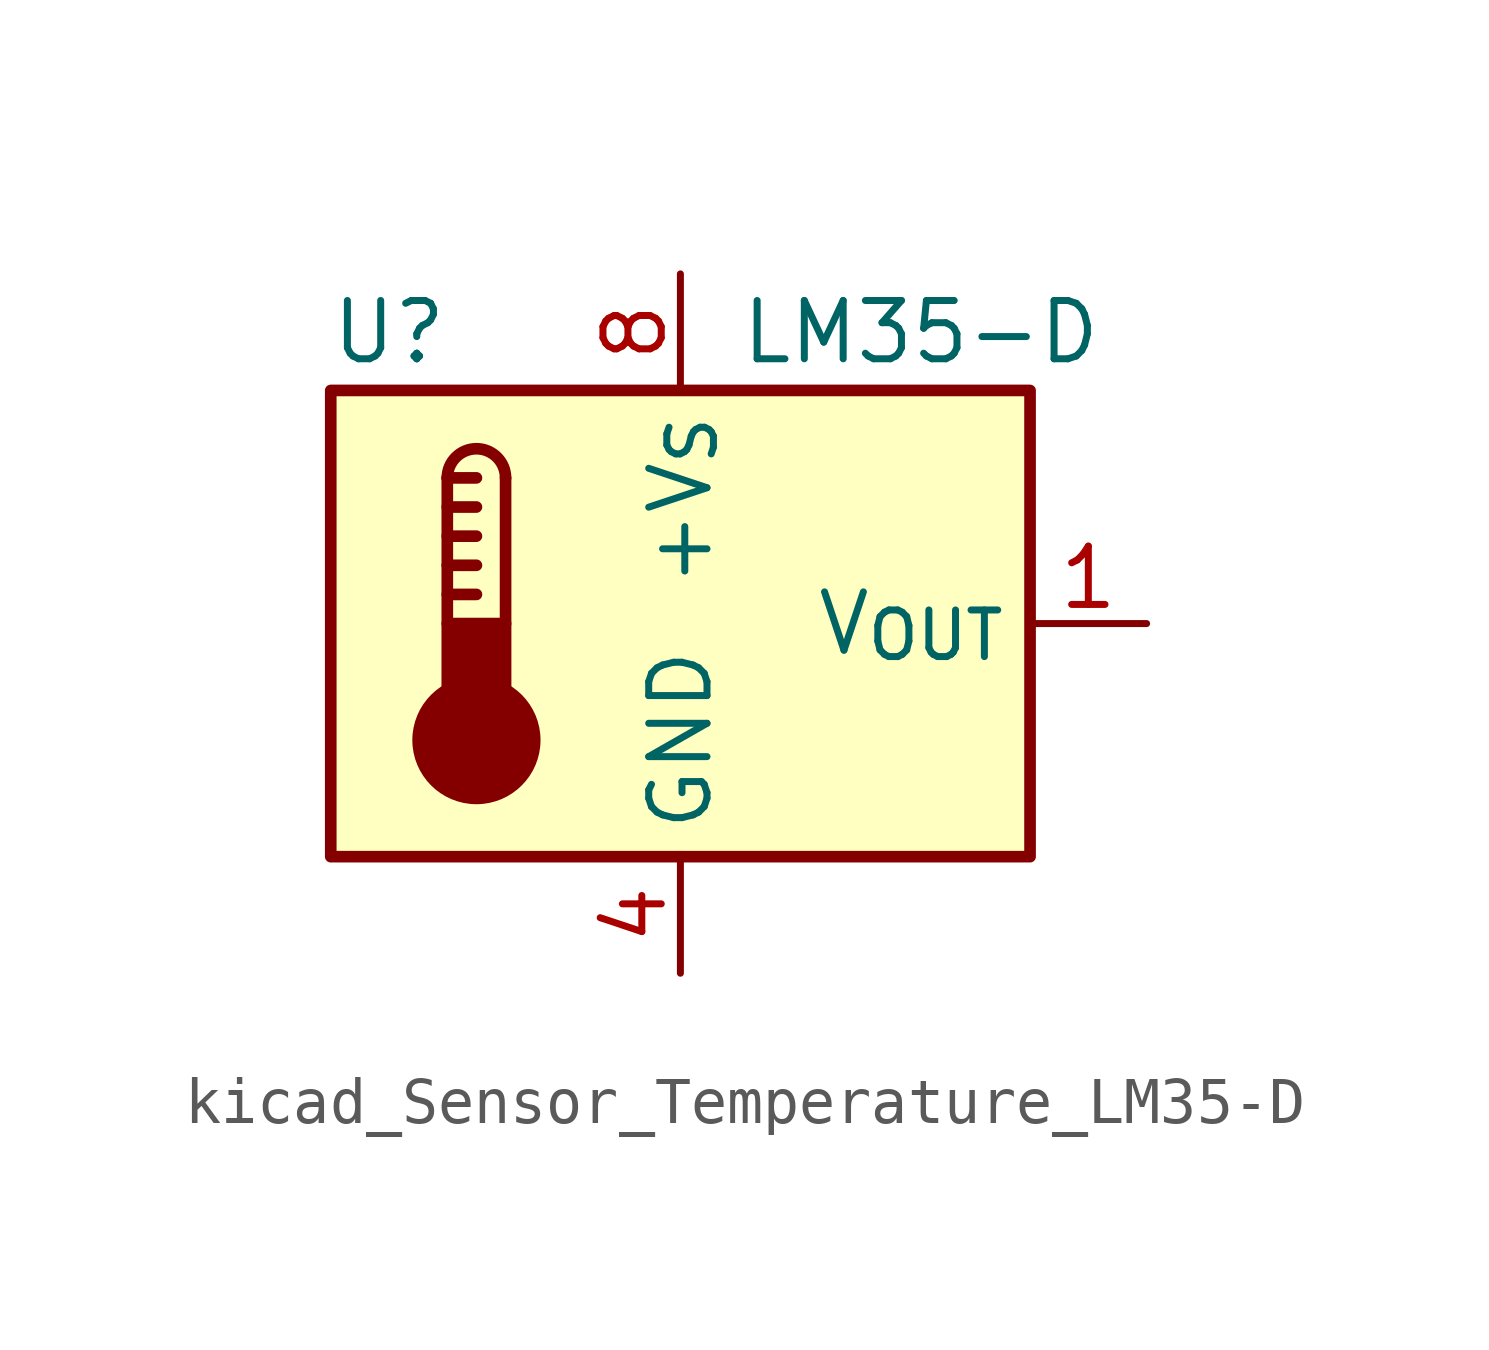
<source format=kicad_sym>
(kicad_symbol_lib
  (version 20220914)
  (generator kicad_symbol_editor)
  (symbol "kicad_Sensor_Temperature_LM35-D"
    (property "Reference" "U"
      (at -6.35 6.35 0)
      (effects (font (size 1.27 1.27))))
    (property "Value" "LM35-D"
      (at 1.27 6.35 0)
      (effects (font (size 1.27 1.27)) (justify left)))
    (symbol "kicad_Sensor_Temperature_LM35-D_0_1"
      (rectangle (start -7.62 5.08) (end 7.62 -5.08) (stroke (width 0.254) (type default)) (fill (type background)))
      (circle (center -4.445 -2.54) (radius 1.27) (stroke (width 0.254) (type default)) (fill (type outline)))
      (rectangle (start -3.81 -1.905) (end -5.08 0) (stroke (width 0.254) (type default)) (fill (type outline)))
      (arc (start -3.81 3.175) (mid -4.445 3.8073) (end -5.08 3.175) (stroke (width 0.254) (type default)) (fill (type none)))
      (polyline (pts (xy -5.08 0.635) (xy -4.445 0.635)) (stroke (width 0.254) (type default)) (fill (type none)))
      (polyline (pts (xy -5.08 1.27) (xy -4.445 1.27)) (stroke (width 0.254) (type default)) (fill (type none)))
      (polyline (pts (xy -5.08 1.905) (xy -4.445 1.905)) (stroke (width 0.254) (type default)) (fill (type none)))
      (polyline (pts (xy -5.08 2.54) (xy -4.445 2.54)) (stroke (width 0.254) (type default)) (fill (type none)))
      (polyline (pts (xy -5.08 3.175) (xy -5.08 0)) (stroke (width 0.254) (type default)) (fill (type none)))
      (polyline (pts (xy -5.08 3.175) (xy -4.445 3.175)) (stroke (width 0.254) (type default)) (fill (type none)))
      (polyline (pts (xy -3.81 3.175) (xy -3.81 0)) (stroke (width 0.254) (type default)) (fill (type none))))
    (symbol "kicad_Sensor_Temperature_LM35-D_1_1"
      (pin output line (at 10.16 0 180) (length 2.54) (name "V_{OUT}" (effects (font (size 1.27 1.27)))) (number "1" (effects (font (size 1.27 1.27)))))
      (pin no_connect line (at -2.54 -5.08 90) (length 2.54) hide (name "NC" (effects (font (size 1.27 1.27)))) (number "2" (effects (font (size 1.27 1.27)))))
      (pin no_connect line (at -2.54 5.08 270) (length 2.54) hide (name "NC" (effects (font (size 1.27 1.27)))) (number "3" (effects (font (size 1.27 1.27)))))
      (pin power_in line (at 0 -7.62 90) (length 2.54) (name "GND" (effects (font (size 1.27 1.27)))) (number "4" (effects (font (size 1.27 1.27)))))
      (pin no_connect line (at 2.54 -5.08 90) (length 2.54) hide (name "NC" (effects (font (size 1.27 1.27)))) (number "5" (effects (font (size 1.27 1.27)))))
      (pin no_connect line (at 5.08 -5.08 90) (length 2.54) hide (name "NC" (effects (font (size 1.27 1.27)))) (number "6" (effects (font (size 1.27 1.27)))))
      (pin no_connect line (at 7.62 2.54 180) (length 2.54) hide (name "NC" (effects (font (size 1.27 1.27)))) (number "7" (effects (font (size 1.27 1.27)))))
      (pin power_in line (at 0 7.62 270) (length 2.54) (name "+V_{S}" (effects (font (size 1.27 1.27)))) (number "8" (effects (font (size 1.27 1.27))))))))
</source>
